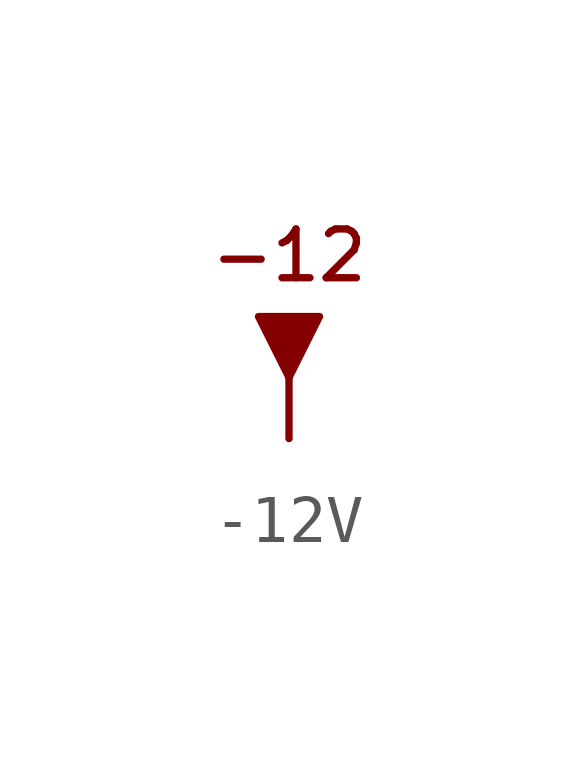
<source format=kicad_sym>
(kicad_symbol_lib
  (version 20211014)
  (generator kicad_symbol_editor)
  (symbol "-12V"
    (power)
    (pin_numbers hide)
    (pin_names
      (offset 0) hide)
    (property "Reference" "#PWR"
      (at 0 -1.27 0)
      (effects (font (size 1.524 1.524)) hide))
    (symbol "-12V_0_0"
      (text "-12" (at 0 3.81 0) (effects (font (size 1.016 1.016)))))
    (symbol "-12V_0_1"
      (polyline (pts (xy 0 1.27) (xy 0.635 2.54) (xy -0.635 2.54) (xy 0 1.27)) (stroke (width 0) (type default) (color 0 0 0 0)) (fill (type outline))))
    (symbol "-12V_1_1"
      (pin power_in line (at 0 0 90) (length 1.27) (name "~" (effects (font (size 1.27 1.27)))) (number "~" (effects (font (size 1.27 1.27))))))))
</source>
